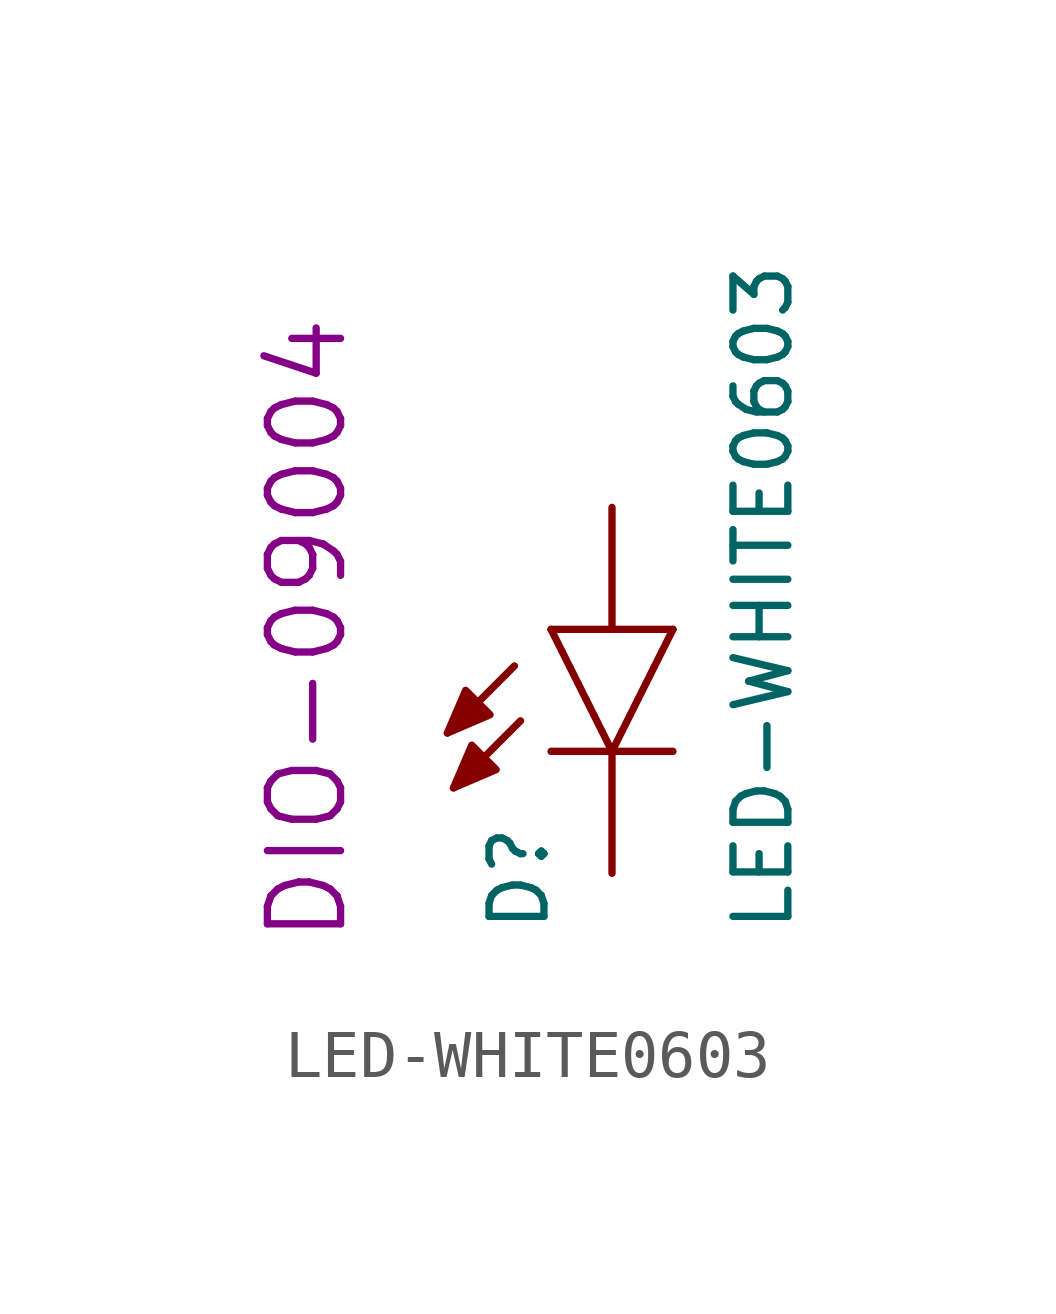
<source format=kicad_sym>
(kicad_symbol_lib
  (version 20220914)
  (generator kicad_symbol_editor)
  (symbol "LED-WHITE0603"
    (pin_numbers hide)
    (pin_names
      (offset 1.016) hide)
    (property "Reference" "D"
      (at -1.27 -6.35 90)
      (effects (font (size 1.143 1.143)) (justify left bottom)))
    (property "Value" "LED-WHITE0603"
      (at 3.81 -6.35 90)
      (effects (font (size 1.143 1.143)) (justify left bottom)))
    (property "Field4" "DIO-09004"
      (at -6.35 0 90)
      (effects (font (size 1.524 1.524))))
    (property "ki_locked" ""
      (at 0 0 0)
      (effects (font (size 1.27 1.27))))
    (symbol "LED-WHITE0603_1_0"
      (polyline (pts (xy -2.032 -0.762) (xy -3.429 -2.159)) (stroke (width 0) (type solid)) (fill (type none)))
      (polyline (pts (xy -1.905 -1.905) (xy -3.302 -3.302)) (stroke (width 0) (type solid)) (fill (type none)))
      (polyline (pts (xy 0 -2.54) (xy -1.27 -2.54)) (stroke (width 0) (type solid)) (fill (type none)))
      (polyline (pts (xy 0 -2.54) (xy -1.27 0)) (stroke (width 0) (type solid)) (fill (type none)))
      (polyline (pts (xy 1.27 -2.54) (xy 0 -2.54)) (stroke (width 0) (type solid)) (fill (type none)))
      (polyline (pts (xy 1.27 0) (xy -1.27 0)) (stroke (width 0) (type solid)) (fill (type none)))
      (polyline (pts (xy 1.27 0) (xy 0 -2.54)) (stroke (width 0) (type solid)) (fill (type none))))
    (symbol "LED-WHITE0603_1_1"
      (polyline (pts (xy -3.429 -2.159) (xy -3.048 -1.27) (xy -3.048 -1.27) (xy -2.54 -1.778) (xy -2.54 -1.778) (xy -3.429 -2.159)) (stroke (width 0) (type solid)) (fill (type outline)))
      (polyline (pts (xy -3.302 -3.302) (xy -2.921 -2.413) (xy -2.921 -2.413) (xy -2.413 -2.921) (xy -2.413 -2.921) (xy -3.302 -3.302)) (stroke (width 0) (type solid)) (fill (type outline)))
      (pin passive line (at 0 -5.08 90) (length 2.54) (name "C" (effects (font (size 1.016 1.016)))) (number "1" (effects (font (size 1.016 1.016)))))
      (pin passive line (at 0 2.54 270) (length 2.54) (name "A" (effects (font (size 1.016 1.016)))) (number "2" (effects (font (size 1.016 1.016))))))))
</source>
